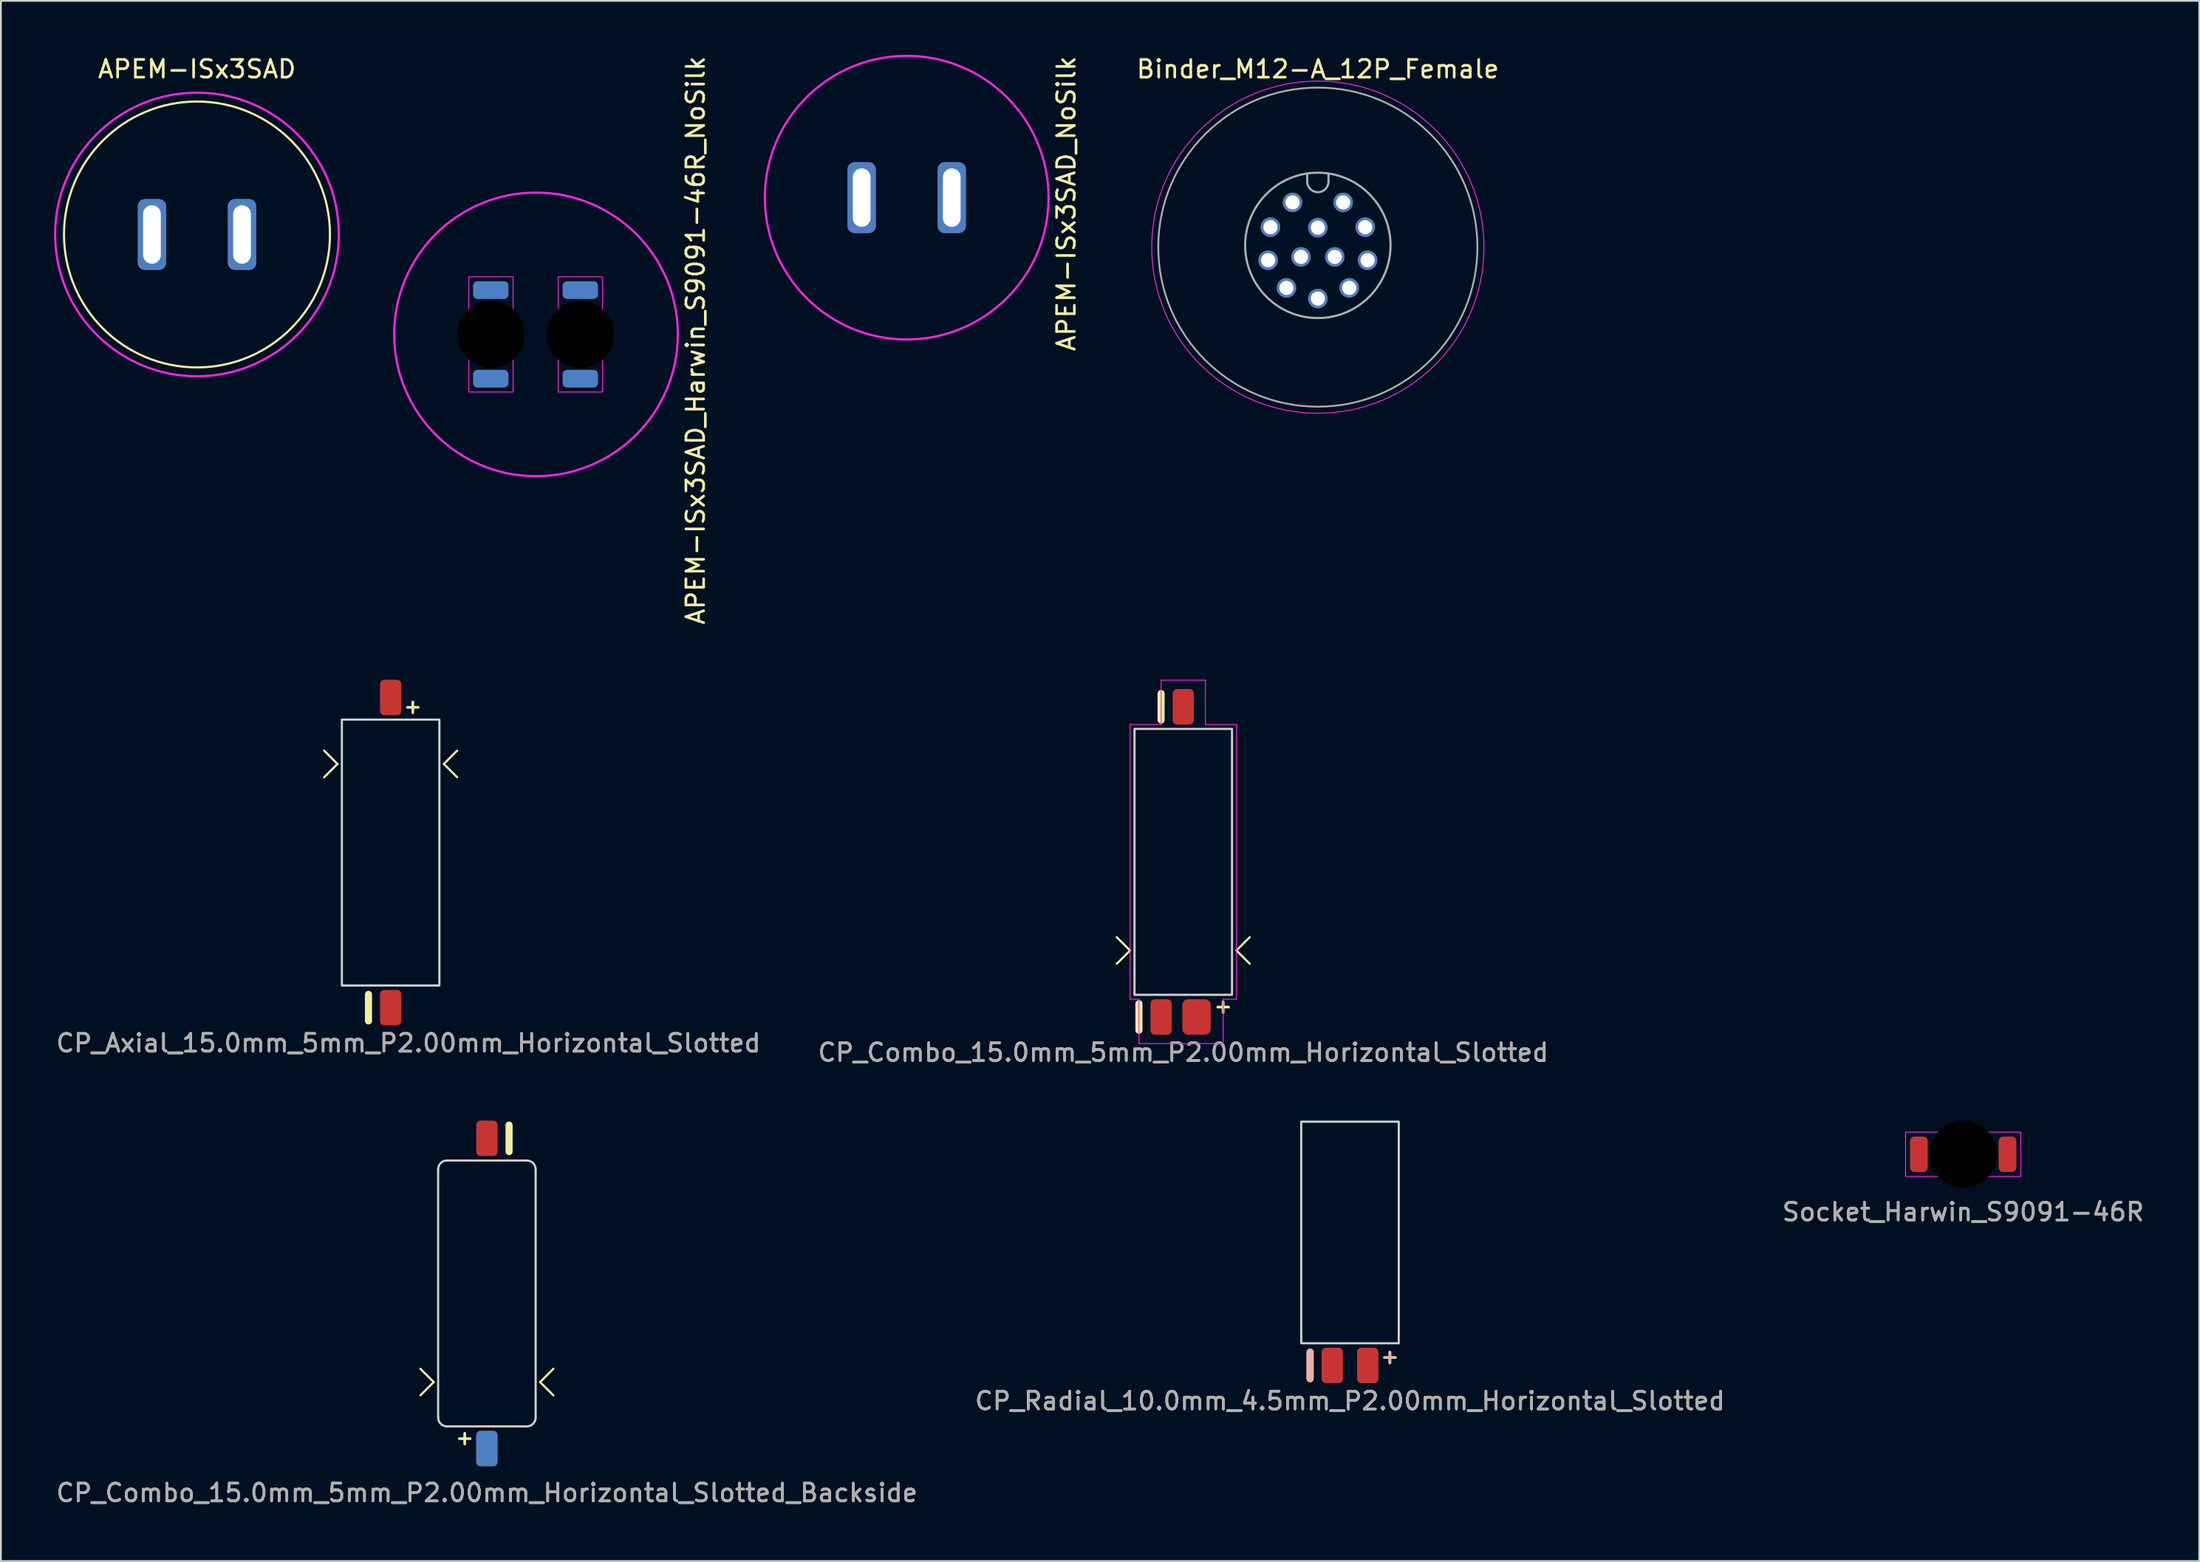
<source format=kicad_pcb>
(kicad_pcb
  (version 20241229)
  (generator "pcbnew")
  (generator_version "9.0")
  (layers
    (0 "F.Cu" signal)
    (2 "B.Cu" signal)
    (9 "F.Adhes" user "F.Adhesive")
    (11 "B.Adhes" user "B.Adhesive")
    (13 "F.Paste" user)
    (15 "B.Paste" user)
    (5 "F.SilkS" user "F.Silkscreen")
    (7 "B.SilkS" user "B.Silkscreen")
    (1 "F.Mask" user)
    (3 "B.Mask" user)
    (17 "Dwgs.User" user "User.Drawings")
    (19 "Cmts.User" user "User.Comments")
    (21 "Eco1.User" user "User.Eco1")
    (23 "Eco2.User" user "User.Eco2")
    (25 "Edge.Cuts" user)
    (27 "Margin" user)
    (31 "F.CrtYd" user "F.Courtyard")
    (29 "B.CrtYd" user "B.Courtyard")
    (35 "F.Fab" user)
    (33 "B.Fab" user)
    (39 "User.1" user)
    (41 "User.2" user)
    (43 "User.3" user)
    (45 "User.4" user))
  (footprint "CP_Radial_10.0mm_4.5mm_P2.00mm_Horizontal_Slotted"
    (layer "F.Cu")
    (at 72.089 73.981)
    (property "Reference" "CP_Radial_10.0mm_4.5mm_P2.00mm_Horizontal_Slotted" (at 1 2 0) (unlocked yes) (layer "F.SilkS") (effects (font (size 1 1) (thickness 0.15))))
    (attr smd)
    (fp_line (start -1.25 -0.75) (end -1.25 0.75) (stroke (width 0.4) (type solid)) (layer "F.SilkS"))
    (fp_line (start -1.25 -0.75) (end -1.25 0.75) (stroke (width 0.4) (type solid)) (layer "B.SilkS"))
    (fp_rect (start 3.75 -1.25) (end -1.75 -13.75) (stroke (width 0.12) (type solid)) (fill no) (layer "Edge.Cuts"))
    (fp_text user "+" (at 3.25 -0.5 0) (unlocked yes) (layer "F.SilkS") (effects (font (size 0.8 0.8) (thickness 0.15))))
    (fp_text user "+" (at 3.25 -0.5 0) (unlocked yes) (layer "B.SilkS") (effects (font (size 0.8 0.8) (thickness 0.15)) (justify mirror)))
    (fp_text user "${REFERENCE}" (at 1 2 0) (unlocked yes) (layer "F.Fab") (effects (font (size 1 1) (thickness 0.15))))
    (pad "1" smd roundrect (at 2 0 270) (size 2 1.2) (layers "F.Cu" "F.Mask" "F.Paste") (roundrect_rratio 0.2))
    (pad "2" smd roundrect (at 0 0 270) (size 2 1.2) (layers "F.Cu" "F.Mask" "F.Paste") (roundrect_rratio 0.2)))
  (footprint "APEM-ISx3SAD_NoSilk"
    (layer "F.Cu")
    (at 48.088 8.101)
    (property "Reference" "APEM-ISx3SAD_NoSilk" (at 9 0.333 90) (layer "F.SilkS") (effects (font (size 1 1) (thickness 0.15))))
    (attr through_hole)
    (fp_circle (center 0 0) (end 8 0) (stroke (width 0.12) (type solid)) (fill no) (layer "F.CrtYd"))
    (pad "1" thru_hole roundrect (at -2.54 0) (size 1.6 4) (drill oval 1 3.3) (layers "*.Cu" "*.Mask") (roundrect_rratio 0.25))
    (pad "2" thru_hole roundrect (at 2.54 0) (size 1.6 4) (drill oval 1 3.3) (layers "*.Cu" "*.Mask") (roundrect_rratio 0.25)))
  (footprint "CP_Axial_15.0mm_5mm_P2.00mm_Horizontal_Slotted"
    (layer "F.Cu")
    (at 18.982 53.798)
    (property "Reference" "CP_Axial_15.0mm_5mm_P2.00mm_Horizontal_Slotted" (at 1 2 0) (unlocked yes) (layer "F.SilkS") (effects (font (size 1 1) (thickness 0.15))))
    (attr smd)
    (fp_line (start -3.75 -13) (end -3 -13.75) (stroke (width 0.12) (type solid)) (layer "F.SilkS"))
    (fp_line (start -3 -13.75) (end -3.75 -14.5) (stroke (width 0.12) (type solid)) (layer "F.SilkS"))
    (fp_line (start -1.25 -0.75) (end -1.25 0.75) (stroke (width 0.4) (type solid)) (layer "F.SilkS"))
    (fp_line (start 3 -13.75) (end 3.75 -13) (stroke (width 0.12) (type solid)) (layer "F.SilkS"))
    (fp_line (start 3.75 -14.5) (end 3 -13.75) (stroke (width 0.12) (type solid)) (layer "F.SilkS"))
    (fp_rect (start 2.75 -1.25) (end -2.75 -16.25) (stroke (width 0.12) (type solid)) (fill no) (layer "Edge.Cuts"))
    (fp_text user "+" (at 1.25 -17 0) (unlocked yes) (layer "F.SilkS") (effects (font (size 0.8 0.8) (thickness 0.15))))
    (fp_text user "${REFERENCE}" (at 1 2 0) (unlocked yes) (layer "F.Fab") (effects (font (size 1 1) (thickness 0.15))))
    (pad "1" smd roundrect (at 0 -17.5 270) (size 2 1.2) (layers "F.Cu" "F.Mask" "F.Paste") (roundrect_rratio 0.2))
    (pad "2" smd roundrect (at 0 0 270) (size 2 1.2) (layers "F.Cu" "F.Mask" "F.Paste") (roundrect_rratio 0.2)))
  (footprint "CP_Combo_15.0mm_5mm_P2.00mm_Horizontal_Slotted_Backside"
    (layer "F.Cu")
    (at 24.411 78.671)
    (property "Reference" "CP_Combo_15.0mm_5mm_P2.00mm_Horizontal_Slotted_Backside" (at 0 2.5 0) (unlocked yes) (layer "F.SilkS") (effects (font (size 1 1) (thickness 0.15))))
    (attr smd)
    (fp_line (start -3.75 -3) (end -3 -3.75) (stroke (width 0.12) (type solid)) (layer "F.SilkS"))
    (fp_line (start -3 -3.75) (end -3.75 -4.5) (stroke (width 0.12) (type solid)) (layer "F.SilkS"))
    (fp_line (start 1.25 -16.75) (end 1.25 -18.25) (stroke (width 0.4) (type solid)) (layer "F.SilkS"))
    (fp_line (start 3 -3.75) (end 3.75 -3) (stroke (width 0.12) (type solid)) (layer "F.SilkS"))
    (fp_line (start 3.75 -4.5) (end 3 -3.75) (stroke (width 0.12) (type solid)) (layer "F.SilkS"))
    (fp_line (start -2.75 -1.75) (end -2.75 -15.75) (stroke (width 0.12) (type solid)) (layer "Edge.Cuts"))
    (fp_line (start -2.25 -16.25) (end 2.25 -16.25) (stroke (width 0.12) (type solid)) (layer "Edge.Cuts"))
    (fp_line (start 2.25 -1.25) (end -2.25 -1.25) (stroke (width 0.12) (type solid)) (layer "Edge.Cuts"))
    (fp_line (start 2.75 -15.75) (end 2.75 -1.75) (stroke (width 0.12) (type solid)) (layer "Edge.Cuts"))
    (fp_arc (start -2.75 -15.75) (mid -2.603553 -16.103553) (end -2.25 -16.25) (stroke (width 0.12) (type solid)) (layer "Edge.Cuts"))
    (fp_arc (start -2.25 -1.25) (mid -2.603553 -1.396447) (end -2.75 -1.75) (stroke (width 0.12) (type solid)) (layer "Edge.Cuts"))
    (fp_arc (start 2.25 -16.25) (mid 2.603553 -16.103553) (end 2.75 -15.75) (stroke (width 0.12) (type solid)) (layer "Edge.Cuts"))
    (fp_arc (start 2.75 -1.75) (mid 2.603553 -1.396447) (end 2.25 -1.25) (stroke (width 0.12) (type solid)) (layer "Edge.Cuts"))
    (fp_text user "+" (at -1.25 -0.5 180) (unlocked yes) (layer "F.SilkS") (effects (font (size 0.8 0.8) (thickness 0.15))))
    (fp_text user "${REFERENCE}" (at 0 2.5 0) (unlocked yes) (layer "F.Fab") (effects (font (size 1 1) (thickness 0.15))))
    (pad "1" smd roundrect (at 0 0 90) (size 2 1.2) (layers "F.Cu" "F.Mask" "F.Paste") (roundrect_rratio 0.2))
    (pad "2" smd roundrect (at 0 -17.5 90) (size 2 1.2) (layers "F.Cu" "F.Mask" "F.Paste") (roundrect_rratio 0.2))
    (pad "2" smd roundrect (at 0 0 270) (size 2 1.2) (layers "B.Cu" "B.Mask" "B.Paste") (roundrect_rratio 0.2)))
  (footprint "CP_Combo_15.0mm_5mm_P2.00mm_Horizontal_Slotted"
    (layer "F.Cu")
    (at 63.685 54.323)
    (property "Reference" "CP_Combo_15.0mm_5mm_P2.00mm_Horizontal_Slotted" (at 0 2 0) (unlocked yes) (layer "F.SilkS") (effects (font (size 1 1) (thickness 0.15))))
    (attr smd)
    (fp_line (start -3.75 -3) (end -3 -3.75) (stroke (width 0.12) (type solid)) (layer "F.SilkS"))
    (fp_line (start -3 -3.75) (end -3.75 -4.5) (stroke (width 0.12) (type solid)) (layer "F.SilkS"))
    (fp_line (start -2.5 0.75) (end -2.5 -0.75) (stroke (width 0.4) (type solid)) (layer "F.SilkS"))
    (fp_line (start -1.25 -16.75) (end -1.25 -18.25) (stroke (width 0.4) (type solid)) (layer "F.SilkS"))
    (fp_line (start 3 -3.75) (end 3.75 -3) (stroke (width 0.12) (type solid)) (layer "F.SilkS"))
    (fp_line (start 3.75 -4.5) (end 3 -3.75) (stroke (width 0.12) (type solid)) (layer "F.SilkS"))
    (fp_rect (start -2.75 -16.25) (end 2.75 -1.25) (stroke (width 0.12) (type solid)) (fill no) (layer "Edge.Cuts"))
    (fp_line (start -3 -16.5) (end -3 -1) (stroke (width 0.05) (type solid)) (layer "F.CrtYd"))
    (fp_line (start -3 -1) (end -2.5 -1) (stroke (width 0.05) (type solid)) (layer "F.CrtYd"))
    (fp_line (start -2.5 -1) (end -2.5 1.5) (stroke (width 0.05) (type solid)) (layer "F.CrtYd"))
    (fp_line (start -2.5 1.5) (end 2.25 1.5) (stroke (width 0.05) (type solid)) (layer "F.CrtYd"))
    (fp_line (start -1.25 -19) (end -1.25 -16.5) (stroke (width 0.05) (type solid)) (layer "F.CrtYd"))
    (fp_line (start -1.25 -16.5) (end -3 -16.5) (stroke (width 0.05) (type solid)) (layer "F.CrtYd"))
    (fp_line (start 1.25 -19) (end -1.25 -19) (stroke (width 0.05) (type solid)) (layer "F.CrtYd"))
    (fp_line (start 1.25 -16.5) (end 1.25 -19) (stroke (width 0.05) (type solid)) (layer "F.CrtYd"))
    (fp_line (start 2.25 -1) (end 3 -1) (stroke (width 0.05) (type solid)) (layer "F.CrtYd"))
    (fp_line (start 2.25 1.5) (end 2.25 -1) (stroke (width 0.05) (type solid)) (layer "F.CrtYd"))
    (fp_line (start 3 -16.5) (end 1.25 -16.5) (stroke (width 0.05) (type solid)) (layer "F.CrtYd"))
    (fp_line (start 3 -1) (end 3 -16.5) (stroke (width 0.05) (type solid)) (layer "F.CrtYd"))
    (fp_text user "+" (at 2.25 -0.5 180) (unlocked yes) (layer "F.SilkS") (effects (font (size 0.8 0.8) (thickness 0.15))))
    (fp_text user "${REFERENCE}" (at 0 2 0) (unlocked yes) (layer "F.Fab") (effects (font (size 1 1) (thickness 0.15))))
    (pad "1" smd roundrect (at 0.75 0 90) (size 2 1.6) (layers "F.Cu" "F.Mask" "F.Paste") (roundrect_rratio 0.2))
    (pad "2" smd roundrect (at -1.25 0 90) (size 2 1.2) (layers "F.Cu" "F.Mask" "F.Paste") (roundrect_rratio 0.2))
    (pad "2" smd roundrect (at 0 -17.5 90) (size 2 1.2) (layers "F.Cu" "F.Mask" "F.Paste") (roundrect_rratio 0.2)))
  (footprint "APEM-ISx3SAD"
    (layer "F.Cu")
    (at 8.06 10.178)
    (property "Reference" "APEM-ISx3SAD" (at 0 -9.33 0) (layer "F.SilkS") (effects (font (size 1 1) (thickness 0.15))))
    (attr through_hole)
    (fp_circle (center 0 0) (end 0 -7.5) (stroke (width 0.12) (type solid)) (fill no) (layer "F.SilkS"))
    (fp_circle (center 0 0) (end 8 0) (stroke (width 0.12) (type solid)) (fill no) (layer "F.CrtYd"))
    (pad "1" thru_hole roundrect (at -2.54 0) (size 1.6 4) (drill oval 1 3.3) (layers "*.Cu" "*.Mask") (roundrect_rratio 0.25))
    (pad "2" thru_hole roundrect (at 2.54 0) (size 1.6 4) (drill oval 1 3.3) (layers "*.Cu" "*.Mask") (roundrect_rratio 0.25)))
  (footprint "Socket_Harwin_S9091-46R"
    (layer "F.Cu")
    (at 107.673 62.071)
    (property "Reference" "Socket_Harwin_S9091-46R" (at 0 3.25 0) (unlocked yes) (layer "F.SilkS") (effects (font (size 1 1) (thickness 0.15))))
    (attr smd)
    (fp_rect (start -3.25 -1.25) (end 3.25 1.25) (stroke (width 0.05) (type solid)) (fill no) (layer "F.CrtYd"))
    (fp_text user "${REFERENCE}" (at 0 3.25 0) (unlocked yes) (layer "F.Fab") (effects (font (size 1 1) (thickness 0.15))))
    (pad "" np_thru_hole circle (at 0 0) (size 3.8 3.8) (drill 3.8) (layers "*.Mask"))
    (pad "1" smd roundrect (at -2.5 0 90) (size 2 1) (layers "F.Cu" "F.Mask" "F.Paste") (roundrect_rratio 0.25))
    (pad "1" smd roundrect (at 2.5 0 90) (size 2 1) (layers "F.Cu" "F.Mask" "F.Paste") (roundrect_rratio 0.25)))
  (footprint "APEM-ISx3SAD_Harwin_S9091-46R_NoSilk"
    (layer "F.Cu")
    (at 27.18 15.815)
    (property "Reference" "APEM-ISx3SAD_Harwin_S9091-46R_NoSilk" (at 9 0.333 90) (layer "F.SilkS") (effects (font (size 1 1) (thickness 0.15))))
    (attr through_hole)
    (fp_rect (start -3.79 3.25) (end -1.29 -3.25) (stroke (width 0.05) (type solid)) (fill no) (layer "F.CrtYd"))
    (fp_rect (start 1.25 3.25) (end 3.75 -3.25) (stroke (width 0.05) (type solid)) (fill no) (layer "F.CrtYd"))
    (fp_circle (center 0 0) (end 8 0) (stroke (width 0.12) (type solid)) (fill no) (layer "F.CrtYd"))
    (pad "" np_thru_hole circle (at -2.54 0 90) (size 3.8 3.8) (drill 3.8) (layers "*.Mask"))
    (pad "" np_thru_hole circle (at 2.5 0 90) (size 3.8 3.8) (drill 3.8) (layers "*.Mask"))
    (pad "1" smd roundrect (at -2.55 -2.5 180) (size 2 1) (layers "B.Cu" "B.Mask" "B.Paste") (roundrect_rratio 0.25))
    (pad "1" smd roundrect (at -2.55 2.5 180) (size 2 1) (layers "B.Cu" "B.Mask" "B.Paste") (roundrect_rratio 0.25))
    (pad "2" smd roundrect (at 2.5 -2.5 180) (size 2 1) (layers "B.Cu" "B.Mask" "B.Paste") (roundrect_rratio 0.25))
    (pad "2" smd roundrect (at 2.5 2.5 180) (size 2 1) (layers "B.Cu" "B.Mask" "B.Paste") (roundrect_rratio 0.25)))
  (footprint "Binder_M12-A_12P_Female"
    (layer "F.Cu")
    (at 71.276 10.893)
    (property "Reference" "Binder_M12-A_12P_Female" (at 0 -10.045 0) (layer "F.SilkS") (effects (font (size 1 1) (thickness 0.15))))
    (attr through_hole)
    (fp_circle (center 0 0) (end 0 9.37) (stroke (width 0.05) (type solid)) (fill no) (layer "F.CrtYd"))
    (fp_line (start -0.6 -3.7) (end -0.6 -4.1) (stroke (width 0.12) (type solid)) (layer "F.Fab"))
    (fp_line (start 0.6 -3.7) (end 0.6 -4.1) (stroke (width 0.12) (type solid)) (layer "F.Fab"))
    (fp_arc (start 0.6 -3.7) (mid 0 -3.1) (end -0.6 -3.7) (stroke (width 0.12) (type solid)) (layer "F.Fab"))
    (fp_circle (center 0 -0.1) (end 0 -4.2) (stroke (width 0.12) (type solid)) (fill no) (layer "F.Fab"))
    (fp_circle (center 0 0) (end 0 9) (stroke (width 0.1) (type solid)) (fill no) (layer "F.Fab"))
    (pad "1" thru_hole circle (at -1.428 -2.524) (size 1.1 1.1) (drill 0.8) (layers "*.Cu" "*.Mask"))
    (pad "2" thru_hole circle (at 1.428 -2.524) (size 1.1 1.1) (drill 0.8) (layers "*.Cu" "*.Mask"))
    (pad "3" thru_hole circle (at 2.672 -1.127) (size 1.1 1.1) (drill 0.8) (layers "*.Cu" "*.Mask"))
    (pad "4" thru_hole circle (at 2.804 0.738) (size 1.1 1.1) (drill 0.8) (layers "*.Cu" "*.Mask"))
    (pad "5" thru_hole circle (at 1.77 2.297) (size 1.1 1.1) (drill 0.8) (layers "*.Cu" "*.Mask"))
    (pad "6" thru_hole circle (at 0 2.9) (size 1.1 1.1) (drill 0.8) (layers "*.Cu" "*.Mask"))
    (pad "7" thru_hole circle (at -1.77 2.297) (size 1.1 1.1) (drill 0.8) (layers "*.Cu" "*.Mask"))
    (pad "8" thru_hole circle (at -2.804 0.738) (size 1.1 1.1) (drill 0.8) (layers "*.Cu" "*.Mask"))
    (pad "9" thru_hole circle (at -2.672 -1.127) (size 1.1 1.1) (drill 0.8) (layers "*.Cu" "*.Mask"))
    (pad "10" thru_hole circle (at 0 -1.1) (size 1.1 1.1) (drill 0.8) (layers "*.Cu" "*.Mask"))
    (pad "11" thru_hole circle (at 0.953 0.55) (size 1.1 1.1) (drill 0.8) (layers "*.Cu" "*.Mask"))
    (pad "12" thru_hole circle (at -0.953 0.55) (size 1.1 1.1) (drill 0.8) (layers "*.Cu" "*.Mask")))
  (gr_rect
    (start -3 -3)
    (end 120.988 85.019)
    (stroke (width 0.1) (type default))
    (fill no)
    (layer "Edge.Cuts")))
</source>
